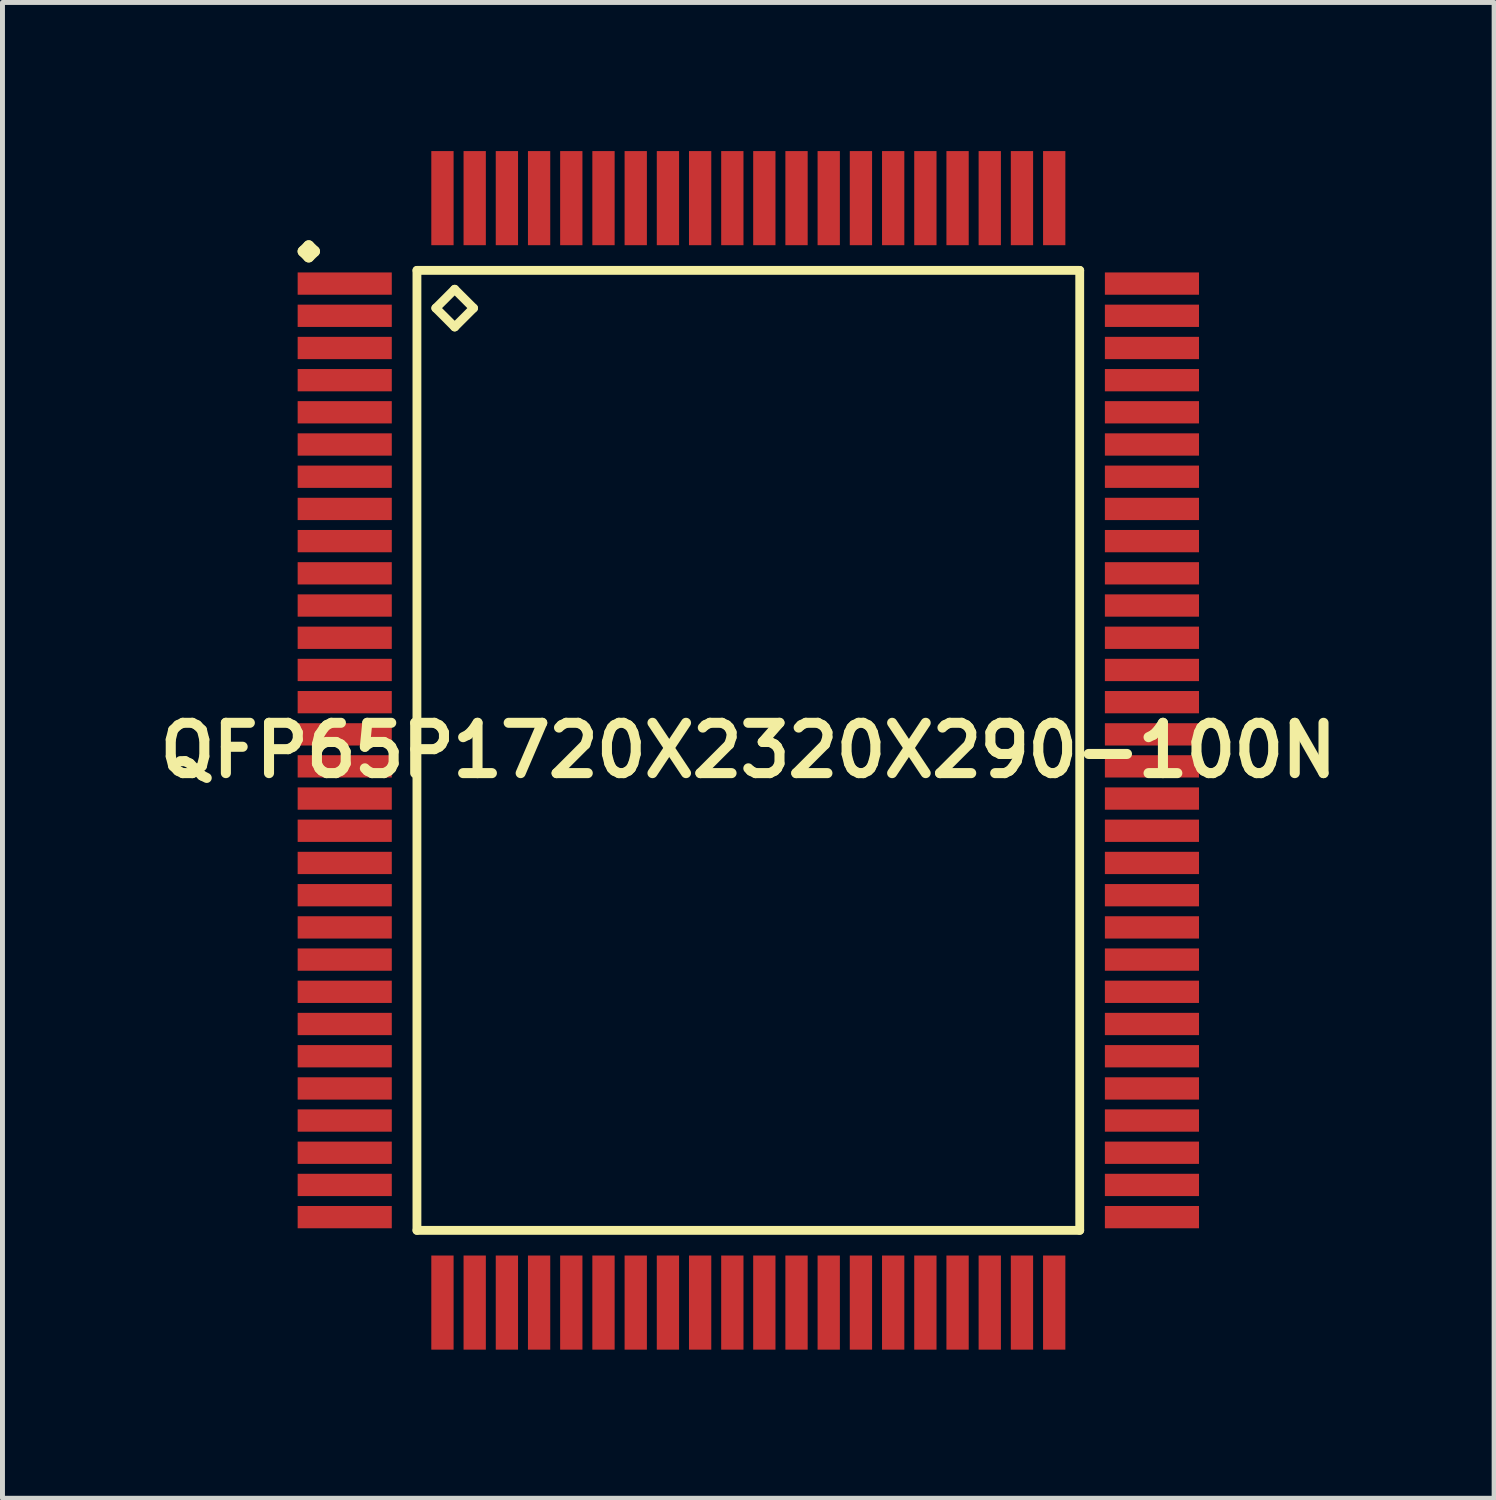
<source format=kicad_pcb>
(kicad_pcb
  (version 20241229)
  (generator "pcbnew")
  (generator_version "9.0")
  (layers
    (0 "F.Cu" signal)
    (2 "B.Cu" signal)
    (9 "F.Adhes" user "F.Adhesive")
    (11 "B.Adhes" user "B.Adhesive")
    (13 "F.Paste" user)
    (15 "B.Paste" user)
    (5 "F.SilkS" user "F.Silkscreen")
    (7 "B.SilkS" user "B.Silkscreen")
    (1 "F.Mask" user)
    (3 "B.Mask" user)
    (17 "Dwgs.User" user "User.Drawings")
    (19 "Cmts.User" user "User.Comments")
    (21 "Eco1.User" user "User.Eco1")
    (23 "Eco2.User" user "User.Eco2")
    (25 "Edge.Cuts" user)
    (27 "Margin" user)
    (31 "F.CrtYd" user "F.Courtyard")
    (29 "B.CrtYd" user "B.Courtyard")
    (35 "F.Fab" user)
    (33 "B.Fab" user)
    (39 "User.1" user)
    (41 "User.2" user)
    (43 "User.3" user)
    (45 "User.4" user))
  (footprint "QFP65P1720X2320X290-100N"
    (layer "F.Cu")
    (at 12.057 12.098)
    (property "Reference" "QFP65P1720X2320X290-100N" (at 0 0 0) (layer "F.SilkS") (effects (font (size 1.016 1.016) (thickness 0.203))))
    (attr smd)
    (fp_line (start -8.987 -10.074) (end -8.875 -10.185) (stroke (width 0.224) (type solid)) (layer "F.SilkS"))
    (fp_line (start -8.875 -10.185) (end -8.76 -10.074) (stroke (width 0.224) (type solid)) (layer "F.SilkS"))
    (fp_line (start -8.875 -9.962) (end -8.987 -10.074) (stroke (width 0.224) (type solid)) (layer "F.SilkS"))
    (fp_line (start -8.76 -10.074) (end -8.875 -9.962) (stroke (width 0.224) (type solid)) (layer "F.SilkS"))
    (fp_line (start -6.69 -9.69) (end -6.69 9.69) (stroke (width 0.178) (type solid)) (layer "F.SilkS"))
    (fp_line (start -6.69 9.69) (end 6.69 9.69) (stroke (width 0.178) (type solid)) (layer "F.SilkS"))
    (fp_line (start -6.309 -8.928) (end -5.928 -9.309) (stroke (width 0.178) (type solid)) (layer "F.SilkS"))
    (fp_line (start -5.928 -9.309) (end -5.547 -8.928) (stroke (width 0.178) (type solid)) (layer "F.SilkS"))
    (fp_line (start -5.928 -8.547) (end -6.309 -8.928) (stroke (width 0.178) (type solid)) (layer "F.SilkS"))
    (fp_line (start -5.547 -8.928) (end -5.928 -8.547) (stroke (width 0.178) (type solid)) (layer "F.SilkS"))
    (fp_line (start 6.69 -9.69) (end -6.69 -9.69) (stroke (width 0.178) (type solid)) (layer "F.SilkS"))
    (fp_line (start 6.69 9.69) (end 6.69 -9.69) (stroke (width 0.178) (type solid)) (layer "F.SilkS"))
    (pad "1" smd rect (at -8.148 -9.423) (size 1.9 0.45) (layers "F.Cu" "F.Mask" "F.Paste"))
    (pad "2" smd rect (at -8.148 -8.773) (size 1.9 0.45) (layers "F.Cu" "F.Mask" "F.Paste"))
    (pad "3" smd rect (at -8.148 -8.123) (size 1.9 0.45) (layers "F.Cu" "F.Mask" "F.Paste"))
    (pad "4" smd rect (at -8.148 -7.473) (size 1.9 0.45) (layers "F.Cu" "F.Mask" "F.Paste"))
    (pad "5" smd rect (at -8.148 -6.825) (size 1.9 0.45) (layers "F.Cu" "F.Mask" "F.Paste"))
    (pad "6" smd rect (at -8.148 -6.175) (size 1.9 0.45) (layers "F.Cu" "F.Mask" "F.Paste"))
    (pad "7" smd rect (at -8.148 -5.524) (size 1.9 0.45) (layers "F.Cu" "F.Mask" "F.Paste"))
    (pad "8" smd rect (at -8.148 -4.874) (size 1.9 0.45) (layers "F.Cu" "F.Mask" "F.Paste"))
    (pad "9" smd rect (at -8.148 -4.224) (size 1.9 0.45) (layers "F.Cu" "F.Mask" "F.Paste"))
    (pad "10" smd rect (at -8.148 -3.574) (size 1.9 0.45) (layers "F.Cu" "F.Mask" "F.Paste"))
    (pad "11" smd rect (at -8.148 -2.924) (size 1.9 0.45) (layers "F.Cu" "F.Mask" "F.Paste"))
    (pad "12" smd rect (at -8.148 -2.273) (size 1.9 0.45) (layers "F.Cu" "F.Mask" "F.Paste"))
    (pad "13" smd rect (at -8.148 -1.623) (size 1.9 0.45) (layers "F.Cu" "F.Mask" "F.Paste"))
    (pad "14" smd rect (at -8.148 -0.973) (size 1.9 0.45) (layers "F.Cu" "F.Mask" "F.Paste"))
    (pad "15" smd rect (at -8.148 -0.323) (size 1.9 0.45) (layers "F.Cu" "F.Mask" "F.Paste"))
    (pad "16" smd rect (at -8.148 0.323) (size 1.9 0.45) (layers "F.Cu" "F.Mask" "F.Paste"))
    (pad "17" smd rect (at -8.148 0.973) (size 1.9 0.45) (layers "F.Cu" "F.Mask" "F.Paste"))
    (pad "18" smd rect (at -8.148 1.623) (size 1.9 0.45) (layers "F.Cu" "F.Mask" "F.Paste"))
    (pad "19" smd rect (at -8.148 2.273) (size 1.9 0.45) (layers "F.Cu" "F.Mask" "F.Paste"))
    (pad "20" smd rect (at -8.148 2.924) (size 1.9 0.45) (layers "F.Cu" "F.Mask" "F.Paste"))
    (pad "21" smd rect (at -8.148 3.574) (size 1.9 0.45) (layers "F.Cu" "F.Mask" "F.Paste"))
    (pad "22" smd rect (at -8.148 4.224) (size 1.9 0.45) (layers "F.Cu" "F.Mask" "F.Paste"))
    (pad "23" smd rect (at -8.148 4.874) (size 1.9 0.45) (layers "F.Cu" "F.Mask" "F.Paste"))
    (pad "24" smd rect (at -8.148 5.524) (size 1.9 0.45) (layers "F.Cu" "F.Mask" "F.Paste"))
    (pad "25" smd rect (at -8.148 6.175) (size 1.9 0.45) (layers "F.Cu" "F.Mask" "F.Paste"))
    (pad "26" smd rect (at -8.148 6.825) (size 1.9 0.45) (layers "F.Cu" "F.Mask" "F.Paste"))
    (pad "27" smd rect (at -8.148 7.473) (size 1.9 0.45) (layers "F.Cu" "F.Mask" "F.Paste"))
    (pad "28" smd rect (at -8.148 8.123) (size 1.9 0.45) (layers "F.Cu" "F.Mask" "F.Paste"))
    (pad "29" smd rect (at -8.148 8.773) (size 1.9 0.45) (layers "F.Cu" "F.Mask" "F.Paste"))
    (pad "30" smd rect (at -8.148 9.423) (size 1.9 0.45) (layers "F.Cu" "F.Mask" "F.Paste"))
    (pad "31" smd rect (at -6.175 11.148) (size 0.45 1.9) (layers "F.Cu" "F.Mask" "F.Paste"))
    (pad "32" smd rect (at -5.524 11.148) (size 0.45 1.9) (layers "F.Cu" "F.Mask" "F.Paste"))
    (pad "33" smd rect (at -4.874 11.148) (size 0.45 1.9) (layers "F.Cu" "F.Mask" "F.Paste"))
    (pad "34" smd rect (at -4.224 11.148) (size 0.45 1.9) (layers "F.Cu" "F.Mask" "F.Paste"))
    (pad "35" smd rect (at -3.574 11.148) (size 0.45 1.9) (layers "F.Cu" "F.Mask" "F.Paste"))
    (pad "36" smd rect (at -2.924 11.148) (size 0.45 1.9) (layers "F.Cu" "F.Mask" "F.Paste"))
    (pad "37" smd rect (at -2.273 11.148) (size 0.45 1.9) (layers "F.Cu" "F.Mask" "F.Paste"))
    (pad "38" smd rect (at -1.623 11.148) (size 0.45 1.9) (layers "F.Cu" "F.Mask" "F.Paste"))
    (pad "39" smd rect (at -0.973 11.148) (size 0.45 1.9) (layers "F.Cu" "F.Mask" "F.Paste"))
    (pad "40" smd rect (at -0.323 11.148) (size 0.45 1.9) (layers "F.Cu" "F.Mask" "F.Paste"))
    (pad "41" smd rect (at 0.323 11.148) (size 0.45 1.9) (layers "F.Cu" "F.Mask" "F.Paste"))
    (pad "42" smd rect (at 0.973 11.148) (size 0.45 1.9) (layers "F.Cu" "F.Mask" "F.Paste"))
    (pad "43" smd rect (at 1.623 11.148) (size 0.45 1.9) (layers "F.Cu" "F.Mask" "F.Paste"))
    (pad "44" smd rect (at 2.273 11.148) (size 0.45 1.9) (layers "F.Cu" "F.Mask" "F.Paste"))
    (pad "45" smd rect (at 2.924 11.148) (size 0.45 1.9) (layers "F.Cu" "F.Mask" "F.Paste"))
    (pad "46" smd rect (at 3.574 11.148) (size 0.45 1.9) (layers "F.Cu" "F.Mask" "F.Paste"))
    (pad "47" smd rect (at 4.224 11.148) (size 0.45 1.9) (layers "F.Cu" "F.Mask" "F.Paste"))
    (pad "48" smd rect (at 4.874 11.148) (size 0.45 1.9) (layers "F.Cu" "F.Mask" "F.Paste"))
    (pad "49" smd rect (at 5.524 11.148) (size 0.45 1.9) (layers "F.Cu" "F.Mask" "F.Paste"))
    (pad "50" smd rect (at 6.175 11.148) (size 0.45 1.9) (layers "F.Cu" "F.Mask" "F.Paste"))
    (pad "51" smd rect (at 8.148 9.423) (size 1.9 0.45) (layers "F.Cu" "F.Mask" "F.Paste"))
    (pad "52" smd rect (at 8.148 8.773) (size 1.9 0.45) (layers "F.Cu" "F.Mask" "F.Paste"))
    (pad "53" smd rect (at 8.148 8.123) (size 1.9 0.45) (layers "F.Cu" "F.Mask" "F.Paste"))
    (pad "54" smd rect (at 8.148 7.473) (size 1.9 0.45) (layers "F.Cu" "F.Mask" "F.Paste"))
    (pad "55" smd rect (at 8.148 6.825) (size 1.9 0.45) (layers "F.Cu" "F.Mask" "F.Paste"))
    (pad "56" smd rect (at 8.148 6.175) (size 1.9 0.45) (layers "F.Cu" "F.Mask" "F.Paste"))
    (pad "57" smd rect (at 8.148 5.524) (size 1.9 0.45) (layers "F.Cu" "F.Mask" "F.Paste"))
    (pad "58" smd rect (at 8.148 4.874) (size 1.9 0.45) (layers "F.Cu" "F.Mask" "F.Paste"))
    (pad "59" smd rect (at 8.148 4.224) (size 1.9 0.45) (layers "F.Cu" "F.Mask" "F.Paste"))
    (pad "60" smd rect (at 8.148 3.574) (size 1.9 0.45) (layers "F.Cu" "F.Mask" "F.Paste"))
    (pad "61" smd rect (at 8.148 2.924) (size 1.9 0.45) (layers "F.Cu" "F.Mask" "F.Paste"))
    (pad "62" smd rect (at 8.148 2.273) (size 1.9 0.45) (layers "F.Cu" "F.Mask" "F.Paste"))
    (pad "63" smd rect (at 8.148 1.623) (size 1.9 0.45) (layers "F.Cu" "F.Mask" "F.Paste"))
    (pad "64" smd rect (at 8.148 0.973) (size 1.9 0.45) (layers "F.Cu" "F.Mask" "F.Paste"))
    (pad "65" smd rect (at 8.148 0.323) (size 1.9 0.45) (layers "F.Cu" "F.Mask" "F.Paste"))
    (pad "66" smd rect (at 8.148 -0.323) (size 1.9 0.45) (layers "F.Cu" "F.Mask" "F.Paste"))
    (pad "67" smd rect (at 8.148 -0.973) (size 1.9 0.45) (layers "F.Cu" "F.Mask" "F.Paste"))
    (pad "68" smd rect (at 8.148 -1.623) (size 1.9 0.45) (layers "F.Cu" "F.Mask" "F.Paste"))
    (pad "69" smd rect (at 8.148 -2.273) (size 1.9 0.45) (layers "F.Cu" "F.Mask" "F.Paste"))
    (pad "70" smd rect (at 8.148 -2.924) (size 1.9 0.45) (layers "F.Cu" "F.Mask" "F.Paste"))
    (pad "71" smd rect (at 8.148 -3.574) (size 1.9 0.45) (layers "F.Cu" "F.Mask" "F.Paste"))
    (pad "72" smd rect (at 8.148 -4.224) (size 1.9 0.45) (layers "F.Cu" "F.Mask" "F.Paste"))
    (pad "73" smd rect (at 8.148 -4.874) (size 1.9 0.45) (layers "F.Cu" "F.Mask" "F.Paste"))
    (pad "74" smd rect (at 8.148 -5.524) (size 1.9 0.45) (layers "F.Cu" "F.Mask" "F.Paste"))
    (pad "75" smd rect (at 8.148 -6.175) (size 1.9 0.45) (layers "F.Cu" "F.Mask" "F.Paste"))
    (pad "76" smd rect (at 8.148 -6.825) (size 1.9 0.45) (layers "F.Cu" "F.Mask" "F.Paste"))
    (pad "77" smd rect (at 8.148 -7.473) (size 1.9 0.45) (layers "F.Cu" "F.Mask" "F.Paste"))
    (pad "78" smd rect (at 8.148 -8.123) (size 1.9 0.45) (layers "F.Cu" "F.Mask" "F.Paste"))
    (pad "79" smd rect (at 8.148 -8.773) (size 1.9 0.45) (layers "F.Cu" "F.Mask" "F.Paste"))
    (pad "80" smd rect (at 8.148 -9.423) (size 1.9 0.45) (layers "F.Cu" "F.Mask" "F.Paste"))
    (pad "81" smd rect (at 6.175 -11.148) (size 0.45 1.9) (layers "F.Cu" "F.Mask" "F.Paste"))
    (pad "82" smd rect (at 5.524 -11.148) (size 0.45 1.9) (layers "F.Cu" "F.Mask" "F.Paste"))
    (pad "83" smd rect (at 4.874 -11.148) (size 0.45 1.9) (layers "F.Cu" "F.Mask" "F.Paste"))
    (pad "84" smd rect (at 4.224 -11.148) (size 0.45 1.9) (layers "F.Cu" "F.Mask" "F.Paste"))
    (pad "85" smd rect (at 3.574 -11.148) (size 0.45 1.9) (layers "F.Cu" "F.Mask" "F.Paste"))
    (pad "86" smd rect (at 2.924 -11.148) (size 0.45 1.9) (layers "F.Cu" "F.Mask" "F.Paste"))
    (pad "87" smd rect (at 2.273 -11.148) (size 0.45 1.9) (layers "F.Cu" "F.Mask" "F.Paste"))
    (pad "88" smd rect (at 1.623 -11.148) (size 0.45 1.9) (layers "F.Cu" "F.Mask" "F.Paste"))
    (pad "89" smd rect (at 0.973 -11.148) (size 0.45 1.9) (layers "F.Cu" "F.Mask" "F.Paste"))
    (pad "90" smd rect (at 0.323 -11.148) (size 0.45 1.9) (layers "F.Cu" "F.Mask" "F.Paste"))
    (pad "91" smd rect (at -0.323 -11.148) (size 0.45 1.9) (layers "F.Cu" "F.Mask" "F.Paste"))
    (pad "92" smd rect (at -0.973 -11.148) (size 0.45 1.9) (layers "F.Cu" "F.Mask" "F.Paste"))
    (pad "93" smd rect (at -1.623 -11.148) (size 0.45 1.9) (layers "F.Cu" "F.Mask" "F.Paste"))
    (pad "94" smd rect (at -2.273 -11.148) (size 0.45 1.9) (layers "F.Cu" "F.Mask" "F.Paste"))
    (pad "95" smd rect (at -2.924 -11.148) (size 0.45 1.9) (layers "F.Cu" "F.Mask" "F.Paste"))
    (pad "96" smd rect (at -3.574 -11.148) (size 0.45 1.9) (layers "F.Cu" "F.Mask" "F.Paste"))
    (pad "97" smd rect (at -4.224 -11.148) (size 0.45 1.9) (layers "F.Cu" "F.Mask" "F.Paste"))
    (pad "98" smd rect (at -4.874 -11.148) (size 0.45 1.9) (layers "F.Cu" "F.Mask" "F.Paste"))
    (pad "99" smd rect (at -5.524 -11.148) (size 0.45 1.9) (layers "F.Cu" "F.Mask" "F.Paste"))
    (pad "100" smd rect (at -6.175 -11.148) (size 0.45 1.9) (layers "F.Cu" "F.Mask" "F.Paste")))
  (gr_rect
    (start -3 -3)
    (end 27.113 27.196)
    (stroke (width 0.1) (type default))
    (fill no)
    (layer "Edge.Cuts")))
</source>
